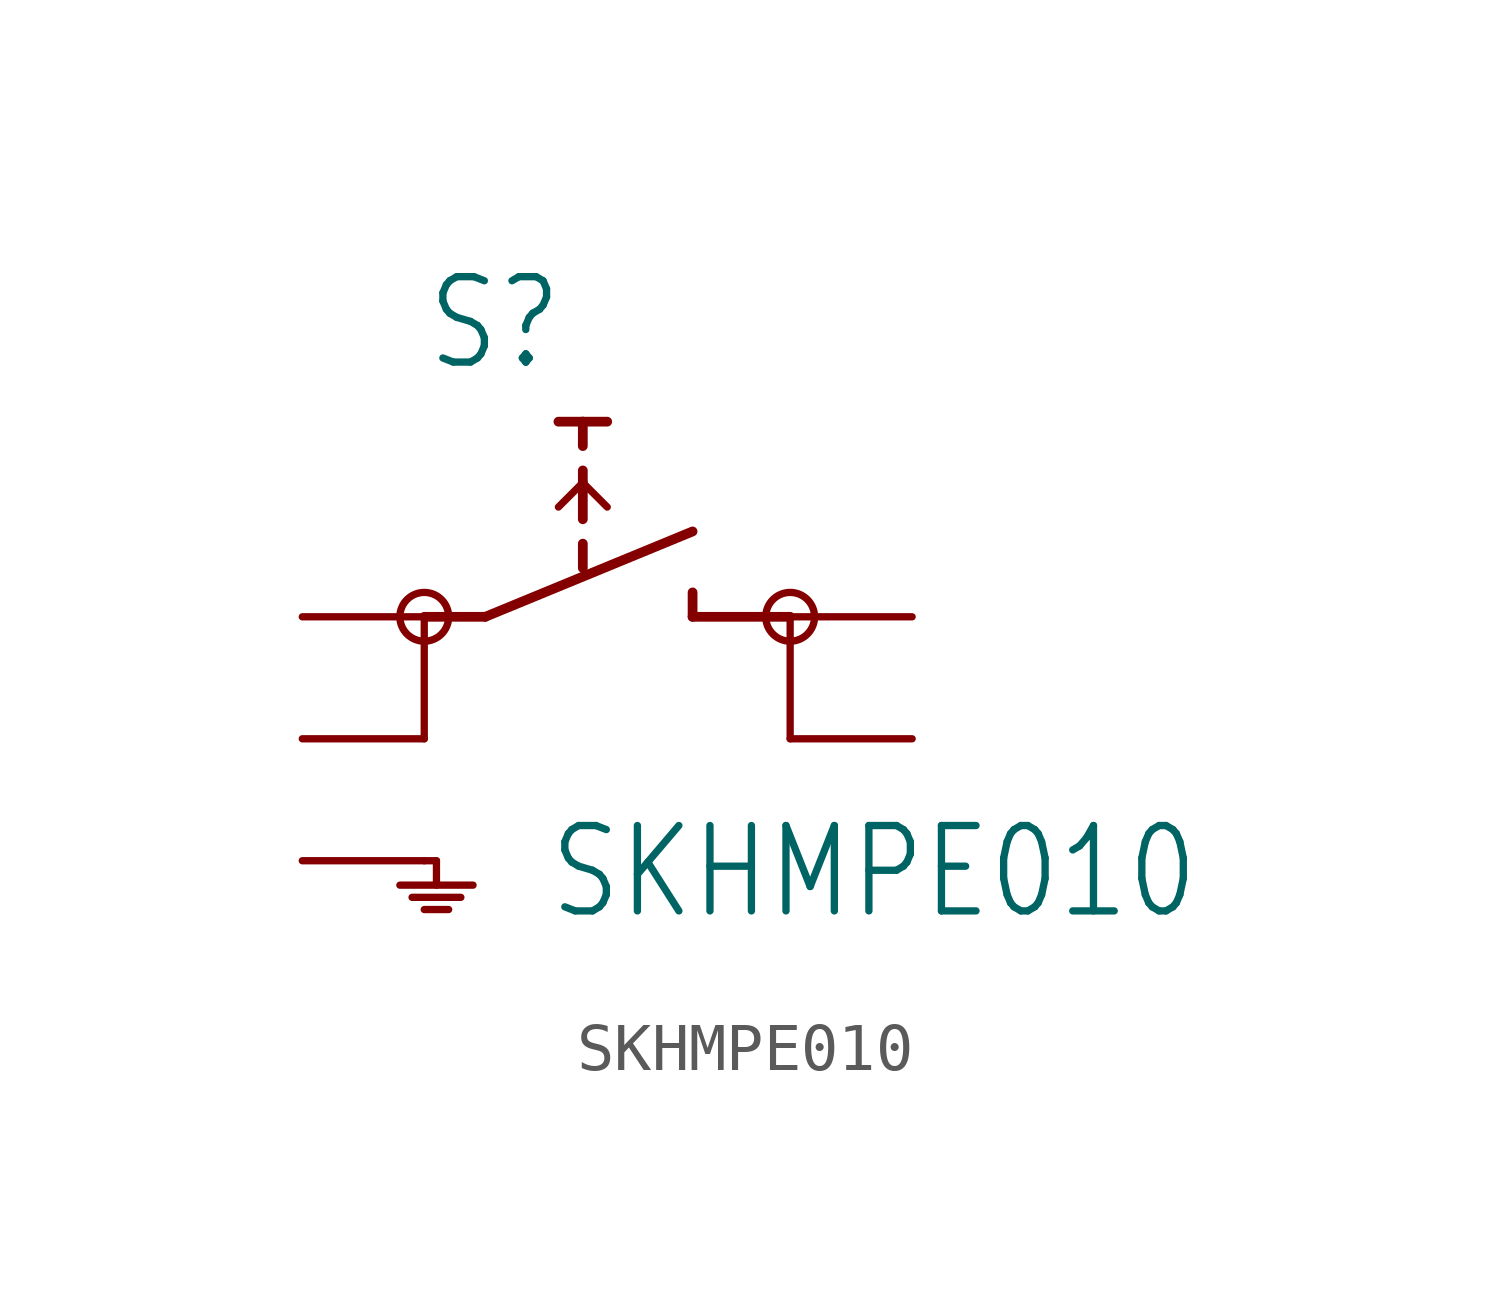
<source format=kicad_sym>
(kicad_symbol_lib
  (version 20211014)
  (generator kicad_symbol_editor)
  (symbol "SKHMPE010"
    (property "Reference" "S"
      (at -2.54 5.08 0)
      (effects (font (size 1.778 1.511)) (justify left bottom)))
    (property "Value" "SKHMPE010"
      (at 0 -6.35 0)
      (effects (font (size 1.778 1.511)) (justify left bottom)))
    (property "ki_locked" ""
      (at 0 0 0)
      (effects (font (size 1.27 1.27))))
    (symbol "SKHMPE010_1_0"
      (circle (center -2.54 0) (radius 0.508) (stroke (width 0)) (stroke (width 0) (type default) (color 0 0 0 0)) (fill (type none)))
      (polyline (pts (xy -3.048 -5.588) (xy -1.524 -5.588)) (stroke (width 0.152) (type default) (color 0 0 0 0)) (fill (type none)))
      (polyline (pts (xy -2.794 -5.842) (xy -1.778 -5.842)) (stroke (width 0.152) (type default) (color 0 0 0 0)) (fill (type none)))
      (polyline (pts (xy -2.54 -6.096) (xy -2.032 -6.096)) (stroke (width 0.152) (type default) (color 0 0 0 0)) (fill (type none)))
      (polyline (pts (xy -2.54 -5.08) (xy -2.286 -5.08)) (stroke (width 0.152) (type default) (color 0 0 0 0)) (fill (type none)))
      (polyline (pts (xy -2.54 0) (xy -2.54 -2.54)) (stroke (width 0.152) (type default) (color 0 0 0 0)) (fill (type none)))
      (polyline (pts (xy -2.54 0) (xy -1.27 0)) (stroke (width 0.203) (type default) (color 0 0 0 0)) (fill (type none)))
      (polyline (pts (xy -2.286 -5.08) (xy -2.286 -5.588)) (stroke (width 0.152) (type default) (color 0 0 0 0)) (fill (type none)))
      (polyline (pts (xy -1.27 0) (xy 3.048 1.778)) (stroke (width 0.203) (type default) (color 0 0 0 0)) (fill (type none)))
      (polyline (pts (xy 0.254 2.286) (xy 0.762 2.794)) (stroke (width 0.152) (type default) (color 0 0 0 0)) (fill (type none)))
      (polyline (pts (xy 0.762 1.016) (xy 0.762 1.524)) (stroke (width 0.203) (type default) (color 0 0 0 0)) (fill (type none)))
      (polyline (pts (xy 0.762 2.032) (xy 0.762 2.794)) (stroke (width 0.203) (type default) (color 0 0 0 0)) (fill (type none)))
      (polyline (pts (xy 0.762 2.794) (xy 0.762 3.048)) (stroke (width 0.203) (type default) (color 0 0 0 0)) (fill (type none)))
      (polyline (pts (xy 0.762 2.794) (xy 1.27 2.286)) (stroke (width 0.152) (type default) (color 0 0 0 0)) (fill (type none)))
      (polyline (pts (xy 0.762 3.556) (xy 0.762 4.064)) (stroke (width 0.203) (type default) (color 0 0 0 0)) (fill (type none)))
      (polyline (pts (xy 0.762 4.064) (xy 0.254 4.064)) (stroke (width 0.203) (type default) (color 0 0 0 0)) (fill (type none)))
      (polyline (pts (xy 1.27 4.064) (xy 0.762 4.064)) (stroke (width 0.203) (type default) (color 0 0 0 0)) (fill (type none)))
      (polyline (pts (xy 3.048 0) (xy 5.08 0)) (stroke (width 0.203) (type default) (color 0 0 0 0)) (fill (type none)))
      (polyline (pts (xy 3.048 0.508) (xy 3.048 0)) (stroke (width 0.203) (type default) (color 0 0 0 0)) (fill (type none)))
      (polyline (pts (xy 5.08 0) (xy 5.08 -2.54)) (stroke (width 0.152) (type default) (color 0 0 0 0)) (fill (type none)))
      (circle (center 5.08 0) (radius 0.508) (stroke (width 0)) (stroke (width 0) (type default) (color 0 0 0 0)) (fill (type none)))
      (pin passive line (at -5.08 0 0) (length 2.54) (name "1.1" (effects (font (size 0 0)))) (number "1" (effects (font (size 0 0)))))
      (pin passive line (at -5.08 -2.54 0) (length 2.54) (name "1.2" (effects (font (size 0 0)))) (number "2" (effects (font (size 0 0)))))
      (pin passive line (at 7.62 0 180) (length 2.54) (name "2.1" (effects (font (size 0 0)))) (number "3" (effects (font (size 0 0)))))
      (pin passive line (at 7.62 -2.54 180) (length 2.54) (name "2.2" (effects (font (size 0 0)))) (number "4" (effects (font (size 0 0)))))
      (pin passive line (at -5.08 -5.08 0) (length 2.54) (name "SH" (effects (font (size 0 0)))) (number "5" (effects (font (size 0 0))))))))
</source>
